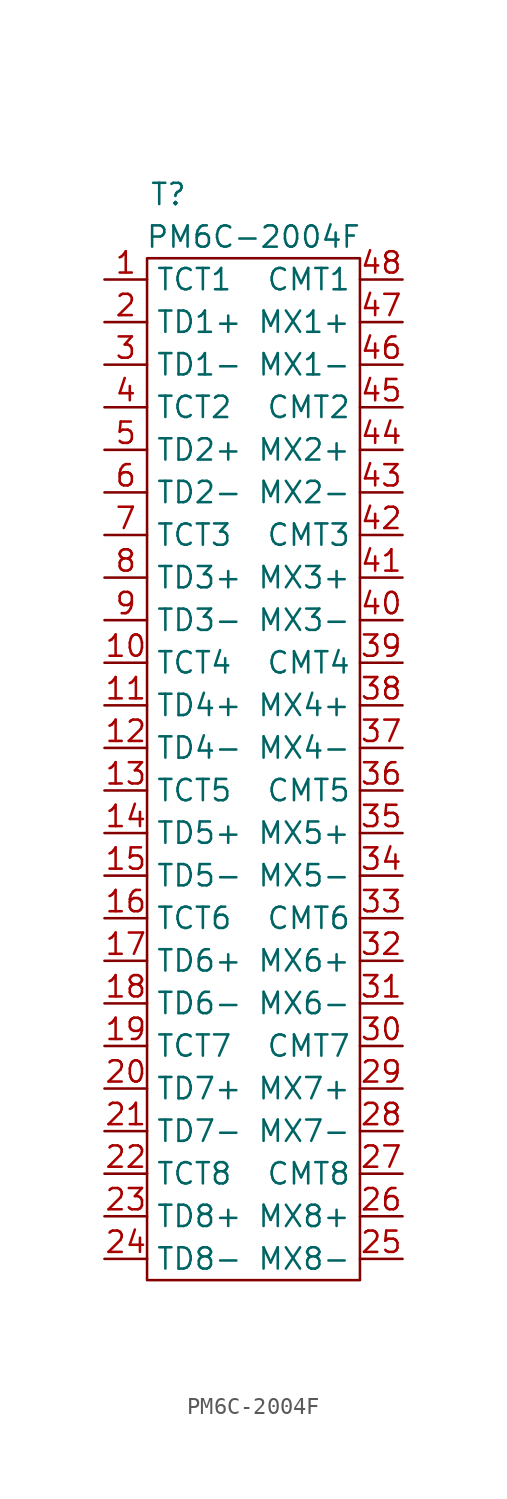
<source format=kicad_sym>
(kicad_symbol_lib
  (version 20211014)
  (generator kicad_symbol_editor)
  (symbol "PM6C-2004F"
    (property "Reference" "T"
      (at -5.08 34.29 0)
      (effects (font (size 1.27 1.27))))
    (property "Value" "PM6C-2004F"
      (at 0 31.75 0)
      (effects (font (size 1.27 1.27))))
    (symbol "PM6C-2004F_0_1"
      (rectangle (start -6.35 30.48) (end 6.35 -30.48) (stroke (width 0) (type default) (color 0 0 0 0)) (fill (type none))))
    (symbol "PM6C-2004F_1_1"
      (pin output line (at -8.89 29.21 0) (length 2.54) (name "TCT1" (effects (font (size 1.27 1.27)))) (number "1" (effects (font (size 1.27 1.27)))))
      (pin output line (at -8.89 6.35 0) (length 2.54) (name "TCT4" (effects (font (size 1.27 1.27)))) (number "10" (effects (font (size 1.27 1.27)))))
      (pin output line (at -8.89 3.81 0) (length 2.54) (name "TD4+" (effects (font (size 1.27 1.27)))) (number "11" (effects (font (size 1.27 1.27)))))
      (pin output line (at -8.89 1.27 0) (length 2.54) (name "TD4-" (effects (font (size 1.27 1.27)))) (number "12" (effects (font (size 1.27 1.27)))))
      (pin output line (at -8.89 -1.27 0) (length 2.54) (name "TCT5" (effects (font (size 1.27 1.27)))) (number "13" (effects (font (size 1.27 1.27)))))
      (pin output line (at -8.89 -3.81 0) (length 2.54) (name "TD5+" (effects (font (size 1.27 1.27)))) (number "14" (effects (font (size 1.27 1.27)))))
      (pin output line (at -8.89 -6.35 0) (length 2.54) (name "TD5-" (effects (font (size 1.27 1.27)))) (number "15" (effects (font (size 1.27 1.27)))))
      (pin output line (at -8.89 -8.89 0) (length 2.54) (name "TCT6" (effects (font (size 1.27 1.27)))) (number "16" (effects (font (size 1.27 1.27)))))
      (pin output line (at -8.89 -11.43 0) (length 2.54) (name "TD6+" (effects (font (size 1.27 1.27)))) (number "17" (effects (font (size 1.27 1.27)))))
      (pin output line (at -8.89 -13.97 0) (length 2.54) (name "TD6-" (effects (font (size 1.27 1.27)))) (number "18" (effects (font (size 1.27 1.27)))))
      (pin output line (at -8.89 -16.51 0) (length 2.54) (name "TCT7" (effects (font (size 1.27 1.27)))) (number "19" (effects (font (size 1.27 1.27)))))
      (pin output line (at -8.89 26.67 0) (length 2.54) (name "TD1+" (effects (font (size 1.27 1.27)))) (number "2" (effects (font (size 1.27 1.27)))))
      (pin output line (at -8.89 -19.05 0) (length 2.54) (name "TD7+" (effects (font (size 1.27 1.27)))) (number "20" (effects (font (size 1.27 1.27)))))
      (pin output line (at -8.89 -21.59 0) (length 2.54) (name "TD7-" (effects (font (size 1.27 1.27)))) (number "21" (effects (font (size 1.27 1.27)))))
      (pin output line (at -8.89 -24.13 0) (length 2.54) (name "TCT8" (effects (font (size 1.27 1.27)))) (number "22" (effects (font (size 1.27 1.27)))))
      (pin output line (at -8.89 -26.67 0) (length 2.54) (name "TD8+" (effects (font (size 1.27 1.27)))) (number "23" (effects (font (size 1.27 1.27)))))
      (pin output line (at -8.89 -29.21 0) (length 2.54) (name "TD8-" (effects (font (size 1.27 1.27)))) (number "24" (effects (font (size 1.27 1.27)))))
      (pin input line (at 8.89 -29.21 180) (length 2.54) (name "MX8-" (effects (font (size 1.27 1.27)))) (number "25" (effects (font (size 1.27 1.27)))))
      (pin input line (at 8.89 -26.67 180) (length 2.54) (name "MX8+" (effects (font (size 1.27 1.27)))) (number "26" (effects (font (size 1.27 1.27)))))
      (pin input line (at 8.89 -24.13 180) (length 2.54) (name "CMT8" (effects (font (size 1.27 1.27)))) (number "27" (effects (font (size 1.27 1.27)))))
      (pin input line (at 8.89 -21.59 180) (length 2.54) (name "MX7-" (effects (font (size 1.27 1.27)))) (number "28" (effects (font (size 1.27 1.27)))))
      (pin input line (at 8.89 -19.05 180) (length 2.54) (name "MX7+" (effects (font (size 1.27 1.27)))) (number "29" (effects (font (size 1.27 1.27)))))
      (pin output line (at -8.89 24.13 0) (length 2.54) (name "TD1-" (effects (font (size 1.27 1.27)))) (number "3" (effects (font (size 1.27 1.27)))))
      (pin input line (at 8.89 -16.51 180) (length 2.54) (name "CMT7" (effects (font (size 1.27 1.27)))) (number "30" (effects (font (size 1.27 1.27)))))
      (pin input line (at 8.89 -13.97 180) (length 2.54) (name "MX6-" (effects (font (size 1.27 1.27)))) (number "31" (effects (font (size 1.27 1.27)))))
      (pin input line (at 8.89 -11.43 180) (length 2.54) (name "MX6+" (effects (font (size 1.27 1.27)))) (number "32" (effects (font (size 1.27 1.27)))))
      (pin input line (at 8.89 -8.89 180) (length 2.54) (name "CMT6" (effects (font (size 1.27 1.27)))) (number "33" (effects (font (size 1.27 1.27)))))
      (pin input line (at 8.89 -6.35 180) (length 2.54) (name "MX5-" (effects (font (size 1.27 1.27)))) (number "34" (effects (font (size 1.27 1.27)))))
      (pin input line (at 8.89 -3.81 180) (length 2.54) (name "MX5+" (effects (font (size 1.27 1.27)))) (number "35" (effects (font (size 1.27 1.27)))))
      (pin input line (at 8.89 -1.27 180) (length 2.54) (name "CMT5" (effects (font (size 1.27 1.27)))) (number "36" (effects (font (size 1.27 1.27)))))
      (pin input line (at 8.89 1.27 180) (length 2.54) (name "MX4-" (effects (font (size 1.27 1.27)))) (number "37" (effects (font (size 1.27 1.27)))))
      (pin input line (at 8.89 3.81 180) (length 2.54) (name "MX4+" (effects (font (size 1.27 1.27)))) (number "38" (effects (font (size 1.27 1.27)))))
      (pin input line (at 8.89 6.35 180) (length 2.54) (name "CMT4" (effects (font (size 1.27 1.27)))) (number "39" (effects (font (size 1.27 1.27)))))
      (pin output line (at -8.89 21.59 0) (length 2.54) (name "TCT2" (effects (font (size 1.27 1.27)))) (number "4" (effects (font (size 1.27 1.27)))))
      (pin input line (at 8.89 8.89 180) (length 2.54) (name "MX3-" (effects (font (size 1.27 1.27)))) (number "40" (effects (font (size 1.27 1.27)))))
      (pin input line (at 8.89 11.43 180) (length 2.54) (name "MX3+" (effects (font (size 1.27 1.27)))) (number "41" (effects (font (size 1.27 1.27)))))
      (pin input line (at 8.89 13.97 180) (length 2.54) (name "CMT3" (effects (font (size 1.27 1.27)))) (number "42" (effects (font (size 1.27 1.27)))))
      (pin input line (at 8.89 16.51 180) (length 2.54) (name "MX2-" (effects (font (size 1.27 1.27)))) (number "43" (effects (font (size 1.27 1.27)))))
      (pin input line (at 8.89 19.05 180) (length 2.54) (name "MX2+" (effects (font (size 1.27 1.27)))) (number "44" (effects (font (size 1.27 1.27)))))
      (pin input line (at 8.89 21.59 180) (length 2.54) (name "CMT2" (effects (font (size 1.27 1.27)))) (number "45" (effects (font (size 1.27 1.27)))))
      (pin input line (at 8.89 24.13 180) (length 2.54) (name "MX1-" (effects (font (size 1.27 1.27)))) (number "46" (effects (font (size 1.27 1.27)))))
      (pin input line (at 8.89 26.67 180) (length 2.54) (name "MX1+" (effects (font (size 1.27 1.27)))) (number "47" (effects (font (size 1.27 1.27)))))
      (pin input line (at 8.89 29.21 180) (length 2.54) (name "CMT1" (effects (font (size 1.27 1.27)))) (number "48" (effects (font (size 1.27 1.27)))))
      (pin output line (at -8.89 19.05 0) (length 2.54) (name "TD2+" (effects (font (size 1.27 1.27)))) (number "5" (effects (font (size 1.27 1.27)))))
      (pin output line (at -8.89 16.51 0) (length 2.54) (name "TD2-" (effects (font (size 1.27 1.27)))) (number "6" (effects (font (size 1.27 1.27)))))
      (pin output line (at -8.89 13.97 0) (length 2.54) (name "TCT3" (effects (font (size 1.27 1.27)))) (number "7" (effects (font (size 1.27 1.27)))))
      (pin output line (at -8.89 11.43 0) (length 2.54) (name "TD3+" (effects (font (size 1.27 1.27)))) (number "8" (effects (font (size 1.27 1.27)))))
      (pin output line (at -8.89 8.89 0) (length 2.54) (name "TD3-" (effects (font (size 1.27 1.27)))) (number "9" (effects (font (size 1.27 1.27))))))))
</source>
